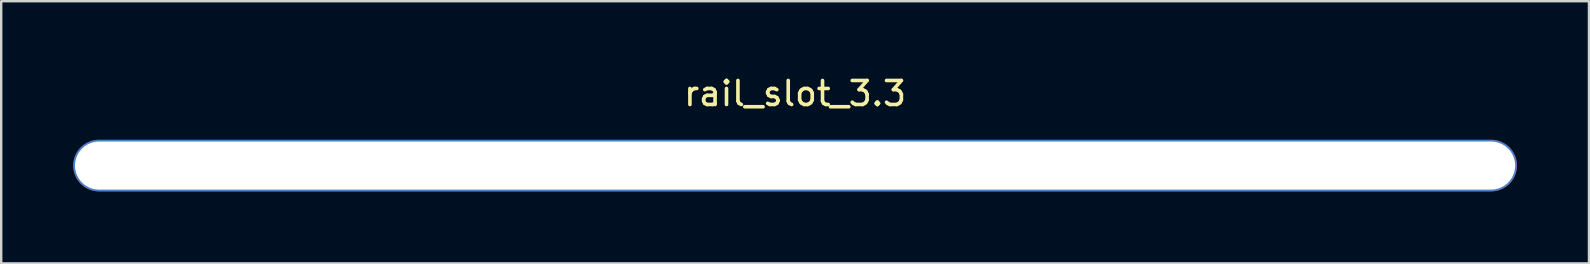
<source format=kicad_pcb>
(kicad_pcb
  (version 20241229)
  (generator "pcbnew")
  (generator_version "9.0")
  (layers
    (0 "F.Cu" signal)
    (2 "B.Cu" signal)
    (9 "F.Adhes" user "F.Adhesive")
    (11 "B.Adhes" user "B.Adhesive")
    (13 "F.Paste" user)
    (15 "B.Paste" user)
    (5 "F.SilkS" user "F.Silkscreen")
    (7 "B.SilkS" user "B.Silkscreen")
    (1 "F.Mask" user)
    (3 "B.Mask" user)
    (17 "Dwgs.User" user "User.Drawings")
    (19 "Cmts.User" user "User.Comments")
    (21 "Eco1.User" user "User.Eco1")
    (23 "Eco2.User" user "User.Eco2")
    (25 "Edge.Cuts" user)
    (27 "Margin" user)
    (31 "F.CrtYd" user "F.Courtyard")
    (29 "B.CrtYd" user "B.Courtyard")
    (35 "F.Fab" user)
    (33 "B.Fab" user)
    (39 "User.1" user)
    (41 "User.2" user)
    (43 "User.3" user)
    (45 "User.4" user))
  (footprint "rail_slot_3.3"
    (layer "F.Cu")
    (at 30.075 3.848)
    (property "Reference" "rail_slot_3.3" (at 0 -3 0) (unlocked yes) (layer "F.SilkS") (effects (font (size 1 1) (thickness 0.15))))
    (attr through_hole)
    (pad "1" thru_hole oval (at 0 0) (size 60.15 2.15) (drill oval 60 2) (layers "*.Cu" "*.Mask")))
  (gr_rect
    (start -3 -3)
    (end 63.15 7.923)
    (stroke (width 0.1) (type default))
    (fill no)
    (layer "Edge.Cuts")))
</source>
